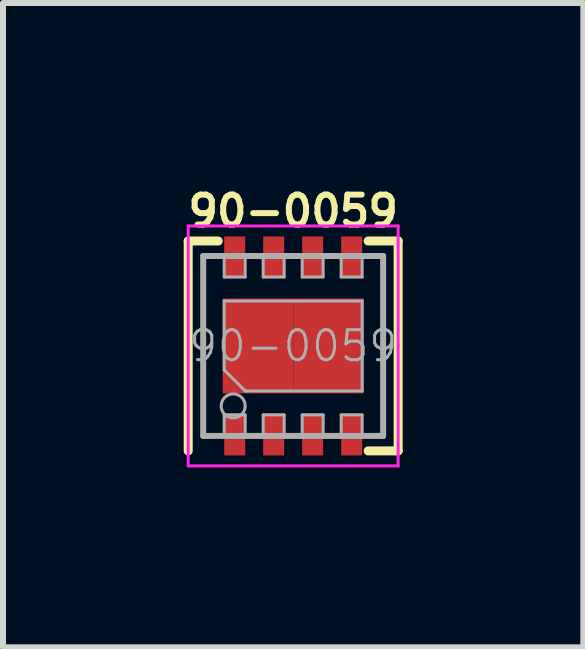
<source format=kicad_pcb>
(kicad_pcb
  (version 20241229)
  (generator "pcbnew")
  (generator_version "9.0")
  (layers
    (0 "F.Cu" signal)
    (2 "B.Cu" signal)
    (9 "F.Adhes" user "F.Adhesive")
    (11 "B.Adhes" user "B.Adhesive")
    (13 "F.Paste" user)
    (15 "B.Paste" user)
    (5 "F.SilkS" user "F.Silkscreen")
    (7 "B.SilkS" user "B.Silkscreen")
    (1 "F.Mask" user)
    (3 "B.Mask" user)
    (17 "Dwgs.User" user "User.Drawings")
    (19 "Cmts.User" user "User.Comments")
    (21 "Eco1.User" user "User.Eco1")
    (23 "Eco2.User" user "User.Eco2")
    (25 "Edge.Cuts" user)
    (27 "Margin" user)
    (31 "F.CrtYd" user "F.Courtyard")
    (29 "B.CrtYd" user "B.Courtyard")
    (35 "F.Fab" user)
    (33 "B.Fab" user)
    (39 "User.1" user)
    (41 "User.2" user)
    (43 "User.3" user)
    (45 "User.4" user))
  (footprint "90-0059"
    (layer "F.Cu")
    (at 1.838 2.718)
    (property "Reference" "90-0059" (at 0 -2.25 0) (layer "F.SilkS") (effects (font (size 0.5 0.5) (thickness 0.1))))
    (attr smd)
    (fp_line (start -1.75 -1.75) (end -1.25 -1.75) (stroke (width 0.15) (type solid)) (layer "F.SilkS"))
    (fp_line (start -1.75 1.75) (end -1.75 -1.75) (stroke (width 0.15) (type solid)) (layer "F.SilkS"))
    (fp_line (start 1.75 -1.75) (end 1.25 -1.75) (stroke (width 0.15) (type solid)) (layer "F.SilkS"))
    (fp_line (start 1.75 -1.75) (end 1.75 1.75) (stroke (width 0.15) (type solid)) (layer "F.SilkS"))
    (fp_line (start 1.75 1.75) (end 1.25 1.75) (stroke (width 0.15) (type solid)) (layer "F.SilkS"))
    (fp_line (start -1.75 -2) (end -1.75 2) (stroke (width 0.05) (type solid)) (layer "F.CrtYd"))
    (fp_line (start -1.75 -2) (end 1.75 -2) (stroke (width 0.05) (type solid)) (layer "F.CrtYd"))
    (fp_line (start -1.75 2) (end 1.75 2) (stroke (width 0.05) (type solid)) (layer "F.CrtYd"))
    (fp_line (start 1.75 -2) (end 1.75 2) (stroke (width 0.05) (type solid)) (layer "F.CrtYd"))
    (fp_line (start -1.5 -1.5) (end 1.5 -1.5) (stroke (width 0.1) (type solid)) (layer "F.Fab"))
    (fp_line (start -1.5 1.5) (end -1.5 -1.5) (stroke (width 0.1) (type solid)) (layer "F.Fab"))
    (fp_line (start -1.15 -1.45) (end -1.15 -1.15) (stroke (width 0.05) (type solid)) (layer "F.Fab"))
    (fp_line (start -1.15 -1.15) (end -0.8 -1.15) (stroke (width 0.05) (type solid)) (layer "F.Fab"))
    (fp_line (start -1.15 -0.75) (end 1.15 -0.75) (stroke (width 0.05) (type solid)) (layer "F.Fab"))
    (fp_line (start -1.15 0.4) (end -1.15 -0.75) (stroke (width 0.05) (type solid)) (layer "F.Fab"))
    (fp_line (start -1.15 0.4) (end -0.8 0.75) (stroke (width 0.05) (type solid)) (layer "F.Fab"))
    (fp_line (start -1.15 1.15) (end -1.15 1.45) (stroke (width 0.05) (type solid)) (layer "F.Fab"))
    (fp_line (start -0.8 -1.15) (end -0.8 -1.45) (stroke (width 0.05) (type solid)) (layer "F.Fab"))
    (fp_line (start -0.8 1.15) (end -1.15 1.15) (stroke (width 0.05) (type solid)) (layer "F.Fab"))
    (fp_line (start -0.8 1.15) (end -0.8 1.45) (stroke (width 0.05) (type solid)) (layer "F.Fab"))
    (fp_line (start -0.5 -1.45) (end -0.5 -1.15) (stroke (width 0.05) (type solid)) (layer "F.Fab"))
    (fp_line (start -0.5 -1.15) (end -0.15 -1.15) (stroke (width 0.05) (type solid)) (layer "F.Fab"))
    (fp_line (start -0.5 1.15) (end -0.5 1.45) (stroke (width 0.05) (type solid)) (layer "F.Fab"))
    (fp_line (start -0.15 -1.15) (end -0.15 -1.45) (stroke (width 0.05) (type solid)) (layer "F.Fab"))
    (fp_line (start -0.15 1.15) (end -0.5 1.15) (stroke (width 0.05) (type solid)) (layer "F.Fab"))
    (fp_line (start -0.15 1.15) (end -0.15 1.45) (stroke (width 0.05) (type solid)) (layer "F.Fab"))
    (fp_line (start 0.15 -1.45) (end 0.15 -1.15) (stroke (width 0.05) (type solid)) (layer "F.Fab"))
    (fp_line (start 0.15 -1.15) (end 0.5 -1.15) (stroke (width 0.05) (type solid)) (layer "F.Fab"))
    (fp_line (start 0.15 1.15) (end 0.15 1.45) (stroke (width 0.05) (type solid)) (layer "F.Fab"))
    (fp_line (start 0.5 -1.15) (end 0.5 -1.45) (stroke (width 0.05) (type solid)) (layer "F.Fab"))
    (fp_line (start 0.5 1.15) (end 0.15 1.15) (stroke (width 0.05) (type solid)) (layer "F.Fab"))
    (fp_line (start 0.5 1.15) (end 0.5 1.45) (stroke (width 0.05) (type solid)) (layer "F.Fab"))
    (fp_line (start 0.8 -1.45) (end 0.8 -1.15) (stroke (width 0.05) (type solid)) (layer "F.Fab"))
    (fp_line (start 0.8 -1.15) (end 1.15 -1.15) (stroke (width 0.05) (type solid)) (layer "F.Fab"))
    (fp_line (start 0.8 1.15) (end 0.8 1.45) (stroke (width 0.05) (type solid)) (layer "F.Fab"))
    (fp_line (start 1.15 -1.15) (end 1.15 -1.45) (stroke (width 0.05) (type solid)) (layer "F.Fab"))
    (fp_line (start 1.15 -0.75) (end 1.15 0.75) (stroke (width 0.05) (type solid)) (layer "F.Fab"))
    (fp_line (start 1.15 0.75) (end -0.8 0.75) (stroke (width 0.05) (type solid)) (layer "F.Fab"))
    (fp_line (start 1.15 1.15) (end 0.8 1.15) (stroke (width 0.05) (type solid)) (layer "F.Fab"))
    (fp_line (start 1.15 1.15) (end 1.15 1.45) (stroke (width 0.05) (type solid)) (layer "F.Fab"))
    (fp_line (start 1.5 -1.5) (end 1.5 1.5) (stroke (width 0.1) (type solid)) (layer "F.Fab"))
    (fp_line (start 1.5 1.5) (end -1.5 1.5) (stroke (width 0.1) (type solid)) (layer "F.Fab"))
    (fp_circle (center -1 1) (end -1 0.8) (stroke (width 0.05) (type solid)) (fill no) (layer "F.Fab"))
    (fp_text user "${REFERENCE}" (at 0 0 0) (layer "F.Fab") (effects (font (size 0.5 0.5) (thickness 0.05))))
    (pad "1" smd rect (at -0.975 1.475 90) (size 0.7 0.35) (layers "F.Cu" "F.Mask" "F.Paste"))
    (pad "2" smd rect (at -0.325 1.475 90) (size 0.7 0.35) (layers "F.Cu" "F.Mask" "F.Paste"))
    (pad "3" smd rect (at 0.325 1.475 90) (size 0.7 0.35) (layers "F.Cu" "F.Mask" "F.Paste"))
    (pad "4" smd rect (at 0.975 1.475 90) (size 0.7 0.35) (layers "F.Cu" "F.Mask" "F.Paste"))
    (pad "5" smd rect (at 0.975 -1.475 90) (size 0.7 0.35) (layers "F.Cu" "F.Mask" "F.Paste"))
    (pad "6" smd rect (at 0.325 -1.475 90) (size 0.7 0.35) (layers "F.Cu" "F.Mask" "F.Paste"))
    (pad "7" smd rect (at -0.325 -1.475 90) (size 0.7 0.35) (layers "F.Cu" "F.Mask" "F.Paste"))
    (pad "8" smd rect (at -0.975 -1.475 90) (size 0.7 0.35) (layers "F.Cu" "F.Mask" "F.Paste"))
    (pad "9" smd rect (at -0.588 -0.395) (size 1.175 0.79) (layers "F.Cu" "F.Mask" "F.Paste"))
    (pad "9" smd rect (at -0.588 0.395) (size 1.175 0.79) (layers "F.Cu" "F.Mask" "F.Paste"))
    (pad "9" smd rect (at 0.588 -0.395) (size 1.175 0.79) (layers "F.Cu" "F.Mask" "F.Paste"))
    (pad "9" smd rect (at 0.588 0.395) (size 1.175 0.79) (layers "F.Cu" "F.Mask" "F.Paste")))
  (gr_rect
    (start -3 -3)
    (end 6.676 7.743)
    (stroke (width 0.1) (type default))
    (fill no)
    (layer "Edge.Cuts")))
</source>
